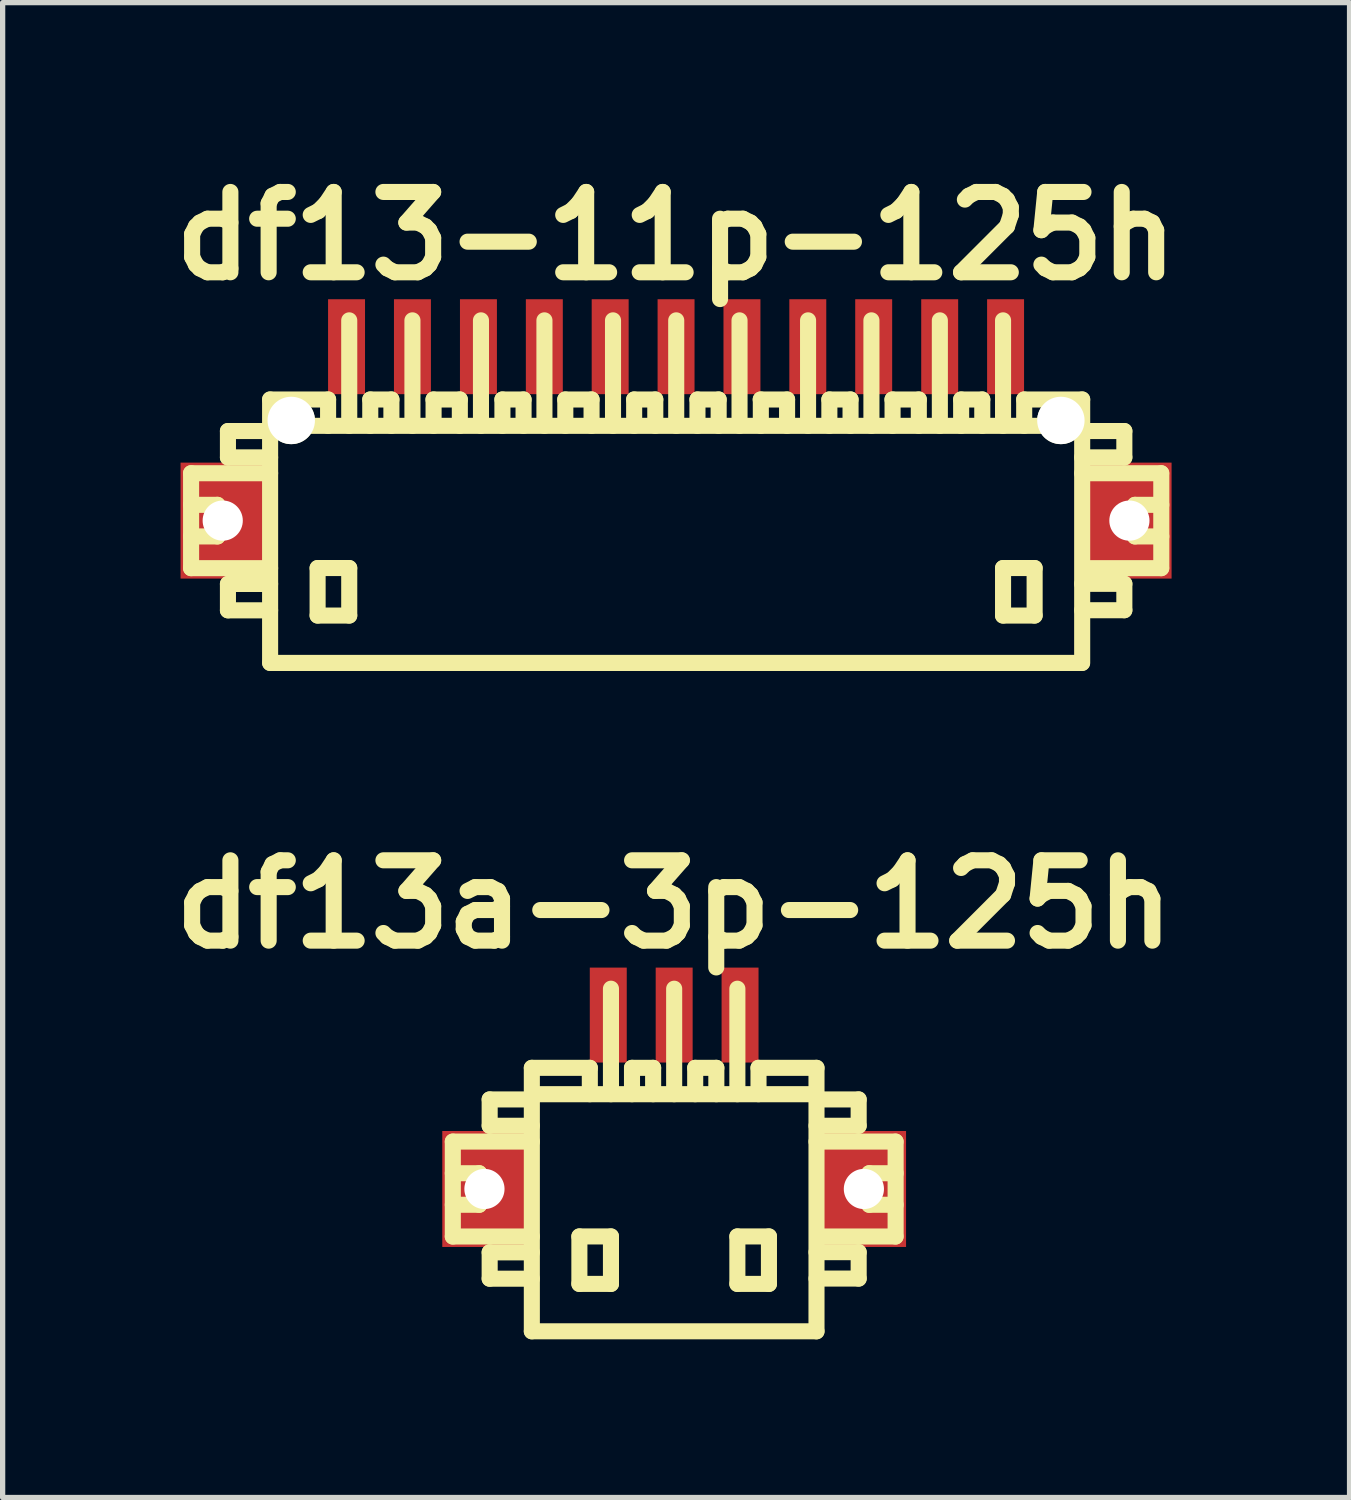
<source format=kicad_pcb>
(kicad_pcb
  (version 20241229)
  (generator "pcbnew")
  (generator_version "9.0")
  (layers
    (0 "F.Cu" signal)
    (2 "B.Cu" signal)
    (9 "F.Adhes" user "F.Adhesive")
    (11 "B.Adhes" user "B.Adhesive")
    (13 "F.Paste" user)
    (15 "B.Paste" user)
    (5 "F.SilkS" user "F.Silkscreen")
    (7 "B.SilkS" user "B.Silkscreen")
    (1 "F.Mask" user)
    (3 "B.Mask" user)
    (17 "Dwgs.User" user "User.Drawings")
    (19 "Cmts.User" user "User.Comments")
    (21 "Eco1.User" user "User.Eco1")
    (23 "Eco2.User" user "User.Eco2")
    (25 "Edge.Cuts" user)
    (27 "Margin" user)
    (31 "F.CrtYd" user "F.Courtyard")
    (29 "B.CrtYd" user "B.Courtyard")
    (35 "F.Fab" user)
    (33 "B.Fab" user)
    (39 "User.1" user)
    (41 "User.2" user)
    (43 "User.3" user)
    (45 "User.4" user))
  (footprint "df13a-3p-125h"
    (layer "F.Cu")
    (at 9.739 19.706)
    (property "Reference" "df13a-3p-125h" (at 0 -5.601 0) (layer "F.SilkS") (effects (font (size 1.524 1.524) (thickness 0.305))))
    (attr through_hole)
    (fp_line (start -4.199 -1.1) (end -4.199 0.701) (stroke (width 0.305) (type solid)) (layer "F.SilkS"))
    (fp_line (start -4.199 0.701) (end -2.7 0.701) (stroke (width 0.305) (type solid)) (layer "F.SilkS"))
    (fp_line (start -3.698 -0.5) (end -4.199 -0.5) (stroke (width 0.305) (type solid)) (layer "F.SilkS"))
    (fp_line (start -3.698 0.099) (end -4.199 0.099) (stroke (width 0.305) (type solid)) (layer "F.SilkS"))
    (fp_line (start -3.698 0.099) (end -3.698 -0.5) (stroke (width 0.305) (type solid)) (layer "F.SilkS"))
    (fp_line (start -3.5 -1.9) (end -3.5 -1.4) (stroke (width 0.305) (type solid)) (layer "F.SilkS"))
    (fp_line (start -3.5 -1.9) (end -2.7 -1.9) (stroke (width 0.305) (type solid)) (layer "F.SilkS"))
    (fp_line (start -3.5 1.001) (end -3.5 1.501) (stroke (width 0.305) (type solid)) (layer "F.SilkS"))
    (fp_line (start -3.5 1.501) (end -2.7 1.501) (stroke (width 0.305) (type solid)) (layer "F.SilkS"))
    (fp_line (start -2.7 -1.999) (end 2.7 -1.999) (stroke (width 0.305) (type solid)) (layer "F.SilkS"))
    (fp_line (start -2.7 -1.4) (end -3.5 -1.4) (stroke (width 0.305) (type solid)) (layer "F.SilkS"))
    (fp_line (start -2.7 -1.1) (end -4.199 -1.1) (stroke (width 0.305) (type solid)) (layer "F.SilkS"))
    (fp_line (start -2.7 1.001) (end -3.5 1.001) (stroke (width 0.305) (type solid)) (layer "F.SilkS"))
    (fp_line (start -2.7 2.499) (end -2.7 -2.499) (stroke (width 0.305) (type solid)) (layer "F.SilkS"))
    (fp_line (start -2.7 2.499) (end 2.7 2.499) (stroke (width 0.305) (type solid)) (layer "F.SilkS"))
    (fp_line (start -1.798 0.699) (end -1.798 1.6) (stroke (width 0.305) (type solid)) (layer "F.SilkS"))
    (fp_line (start -1.798 1.6) (end -1.199 1.6) (stroke (width 0.305) (type solid)) (layer "F.SilkS"))
    (fp_line (start -1.6 -2.499) (end -2.7 -2.499) (stroke (width 0.305) (type solid)) (layer "F.SilkS"))
    (fp_line (start -1.6 -2.499) (end -1.6 -1.999) (stroke (width 0.305) (type solid)) (layer "F.SilkS"))
    (fp_line (start -1.199 -4) (end -1.199 -1.999) (stroke (width 0.305) (type solid)) (layer "F.SilkS"))
    (fp_line (start -1.199 0.699) (end -1.798 0.699) (stroke (width 0.305) (type solid)) (layer "F.SilkS"))
    (fp_line (start -1.199 1.6) (end -1.199 0.699) (stroke (width 0.305) (type solid)) (layer "F.SilkS"))
    (fp_line (start -0.8 -2.499) (end -0.399 -2.499) (stroke (width 0.305) (type solid)) (layer "F.SilkS"))
    (fp_line (start -0.8 -1.999) (end -0.8 -2.499) (stroke (width 0.305) (type solid)) (layer "F.SilkS"))
    (fp_line (start -0.399 -2.499) (end -0.399 -1.999) (stroke (width 0.305) (type solid)) (layer "F.SilkS"))
    (fp_line (start 0 -1.999) (end 0 -4) (stroke (width 0.305) (type solid)) (layer "F.SilkS"))
    (fp_line (start 0.399 -2.499) (end 0.399 -1.999) (stroke (width 0.305) (type solid)) (layer "F.SilkS"))
    (fp_line (start 0.8 -2.499) (end 0.399 -2.499) (stroke (width 0.305) (type solid)) (layer "F.SilkS"))
    (fp_line (start 0.8 -2.499) (end 0.8 -1.999) (stroke (width 0.305) (type solid)) (layer "F.SilkS"))
    (fp_line (start 1.199 -1.999) (end 1.199 -4) (stroke (width 0.305) (type solid)) (layer "F.SilkS"))
    (fp_line (start 1.199 0.699) (end 1.798 0.699) (stroke (width 0.305) (type solid)) (layer "F.SilkS"))
    (fp_line (start 1.199 1.6) (end 1.199 0.699) (stroke (width 0.305) (type solid)) (layer "F.SilkS"))
    (fp_line (start 1.6 -2.499) (end 1.6 -1.999) (stroke (width 0.305) (type solid)) (layer "F.SilkS"))
    (fp_line (start 1.798 0.699) (end 1.798 1.6) (stroke (width 0.305) (type solid)) (layer "F.SilkS"))
    (fp_line (start 1.798 1.6) (end 1.199 1.6) (stroke (width 0.305) (type solid)) (layer "F.SilkS"))
    (fp_line (start 2.7 -2.499) (end 1.6 -2.499) (stroke (width 0.305) (type solid)) (layer "F.SilkS"))
    (fp_line (start 2.7 -2.499) (end 2.7 2.499) (stroke (width 0.305) (type solid)) (layer "F.SilkS"))
    (fp_line (start 2.7 -1.9) (end 3.5 -1.9) (stroke (width 0.305) (type solid)) (layer "F.SilkS"))
    (fp_line (start 2.7 0.998) (end 3.5 0.998) (stroke (width 0.305) (type solid)) (layer "F.SilkS"))
    (fp_line (start 3.5 -1.9) (end 3.5 -1.4) (stroke (width 0.305) (type solid)) (layer "F.SilkS"))
    (fp_line (start 3.5 -1.4) (end 2.7 -1.4) (stroke (width 0.305) (type solid)) (layer "F.SilkS"))
    (fp_line (start 3.5 0.998) (end 3.5 1.499) (stroke (width 0.305) (type solid)) (layer "F.SilkS"))
    (fp_line (start 3.5 1.499) (end 2.7 1.499) (stroke (width 0.305) (type solid)) (layer "F.SilkS"))
    (fp_line (start 3.701 0.099) (end 3.701 -0.5) (stroke (width 0.305) (type solid)) (layer "F.SilkS"))
    (fp_line (start 4.199 -1.1) (end 2.7 -1.1) (stroke (width 0.305) (type solid)) (layer "F.SilkS"))
    (fp_line (start 4.199 0.701) (end 2.799 0.701) (stroke (width 0.305) (type solid)) (layer "F.SilkS"))
    (fp_line (start 4.201 -1.1) (end 4.201 0.701) (stroke (width 0.305) (type solid)) (layer "F.SilkS"))
    (fp_line (start 4.201 -0.5) (end 3.701 -0.5) (stroke (width 0.305) (type solid)) (layer "F.SilkS"))
    (fp_line (start 4.201 0.099) (end 3.701 0.099) (stroke (width 0.305) (type solid)) (layer "F.SilkS"))
    (pad "" np_thru_hole rect (at -3.599 -0.201) (size 1.6 2.2) (drill 0.762) (layers "F.Cu" "F.Mask" "F.Paste"))
    (pad "" np_thru_hole rect (at 3.599 -0.201) (size 1.6 2.2) (drill 0.762) (layers "F.Cu" "F.Mask" "F.Paste"))
    (pad "1" smd rect (at 1.25 -3.5) (size 0.701 1.801) (layers "F.Cu" "F.Mask" "F.Paste"))
    (pad "2" smd rect (at 0 -3.5) (size 0.701 1.801) (layers "F.Cu" "F.Mask" "F.Paste"))
    (pad "3" smd rect (at -1.25 -3.5) (size 0.701 1.801) (layers "F.Cu" "F.Mask" "F.Paste")))
  (footprint "df13-11p-125h"
    (layer "F.Cu")
    (at 9.775 7.027)
    (property "Reference" "df13-11p-125h" (at 0 -5.601 0) (layer "F.SilkS") (effects (font (size 1.524 1.524) (thickness 0.305))))
    (attr through_hole)
    (fp_line (start -9.2 -1.1) (end -9.2 0.701) (stroke (width 0.305) (type solid)) (layer "F.SilkS"))
    (fp_line (start -9.2 0.701) (end -7.701 0.701) (stroke (width 0.305) (type solid)) (layer "F.SilkS"))
    (fp_line (start -8.7 -0.5) (end -9.2 -0.5) (stroke (width 0.305) (type solid)) (layer "F.SilkS"))
    (fp_line (start -8.7 0.099) (end -9.2 0.099) (stroke (width 0.305) (type solid)) (layer "F.SilkS"))
    (fp_line (start -8.7 0.099) (end -8.7 -0.5) (stroke (width 0.305) (type solid)) (layer "F.SilkS"))
    (fp_line (start -8.501 -1.9) (end -8.501 -1.4) (stroke (width 0.305) (type solid)) (layer "F.SilkS"))
    (fp_line (start -8.501 -1.9) (end -7.701 -1.9) (stroke (width 0.305) (type solid)) (layer "F.SilkS"))
    (fp_line (start -8.501 1.001) (end -8.501 1.501) (stroke (width 0.305) (type solid)) (layer "F.SilkS"))
    (fp_line (start -8.501 1.501) (end -7.701 1.501) (stroke (width 0.305) (type solid)) (layer "F.SilkS"))
    (fp_line (start -7.701 -1.4) (end -8.501 -1.4) (stroke (width 0.305) (type solid)) (layer "F.SilkS"))
    (fp_line (start -7.701 -1.1) (end -9.2 -1.1) (stroke (width 0.305) (type solid)) (layer "F.SilkS"))
    (fp_line (start -7.701 1.001) (end -8.501 1.001) (stroke (width 0.305) (type solid)) (layer "F.SilkS"))
    (fp_line (start -7.701 2.499) (end -7.701 -2.499) (stroke (width 0.305) (type solid)) (layer "F.SilkS"))
    (fp_line (start -7.699 2.499) (end 7.699 2.499) (stroke (width 0.305) (type solid)) (layer "F.SilkS"))
    (fp_line (start -6.8 0.699) (end -6.8 1.6) (stroke (width 0.305) (type solid)) (layer "F.SilkS"))
    (fp_line (start -6.8 1.6) (end -6.2 1.6) (stroke (width 0.305) (type solid)) (layer "F.SilkS"))
    (fp_line (start -6.601 -2.499) (end -7.701 -2.499) (stroke (width 0.305) (type solid)) (layer "F.SilkS"))
    (fp_line (start -6.601 -2.499) (end -6.601 -1.999) (stroke (width 0.305) (type solid)) (layer "F.SilkS"))
    (fp_line (start -6.2 -4) (end -6.2 -1.999) (stroke (width 0.305) (type solid)) (layer "F.SilkS"))
    (fp_line (start -6.2 0.699) (end -6.8 0.699) (stroke (width 0.305) (type solid)) (layer "F.SilkS"))
    (fp_line (start -6.2 1.6) (end -6.2 0.699) (stroke (width 0.305) (type solid)) (layer "F.SilkS"))
    (fp_line (start -5.801 -2.499) (end -5.801 -1.999) (stroke (width 0.305) (type solid)) (layer "F.SilkS"))
    (fp_line (start -5.4 -2.499) (end -5.801 -2.499) (stroke (width 0.305) (type solid)) (layer "F.SilkS"))
    (fp_line (start -5.4 -2.499) (end -5.4 -1.999) (stroke (width 0.305) (type solid)) (layer "F.SilkS"))
    (fp_line (start -5.001 -1.999) (end -5.001 -4) (stroke (width 0.305) (type solid)) (layer "F.SilkS"))
    (fp_line (start -4.602 -2.499) (end -4.102 -2.499) (stroke (width 0.305) (type solid)) (layer "F.SilkS"))
    (fp_line (start -4.6 -1.999) (end -4.6 -2.499) (stroke (width 0.305) (type solid)) (layer "F.SilkS"))
    (fp_line (start -4.102 -2.499) (end -4.102 -1.999) (stroke (width 0.305) (type solid)) (layer "F.SilkS"))
    (fp_line (start -3.701 -1.999) (end -3.701 -4) (stroke (width 0.305) (type solid)) (layer "F.SilkS"))
    (fp_line (start -3.294 -2.499) (end -3.294 -1.999) (stroke (width 0.305) (type solid)) (layer "F.SilkS"))
    (fp_line (start -2.893 -2.499) (end -3.294 -2.499) (stroke (width 0.305) (type solid)) (layer "F.SilkS"))
    (fp_line (start -2.893 -2.499) (end -2.893 -1.999) (stroke (width 0.305) (type solid)) (layer "F.SilkS"))
    (fp_line (start -2.497 -1.999) (end -2.497 -4) (stroke (width 0.305) (type solid)) (layer "F.SilkS"))
    (fp_line (start -2.103 -2.499) (end -1.603 -2.499) (stroke (width 0.305) (type solid)) (layer "F.SilkS"))
    (fp_line (start -2.101 -1.999) (end -2.101 -2.499) (stroke (width 0.305) (type solid)) (layer "F.SilkS"))
    (fp_line (start -1.603 -2.499) (end -1.603 -1.999) (stroke (width 0.305) (type solid)) (layer "F.SilkS"))
    (fp_line (start -1.196 -1.999) (end -1.196 -4) (stroke (width 0.305) (type solid)) (layer "F.SilkS"))
    (fp_line (start -0.795 -2.499) (end -0.795 -1.999) (stroke (width 0.305) (type solid)) (layer "F.SilkS"))
    (fp_line (start -0.394 -2.499) (end -0.795 -2.499) (stroke (width 0.305) (type solid)) (layer "F.SilkS"))
    (fp_line (start -0.394 -2.499) (end -0.394 -1.999) (stroke (width 0.305) (type solid)) (layer "F.SilkS"))
    (fp_line (start 0.003 -1.999) (end 0.003 -4) (stroke (width 0.305) (type solid)) (layer "F.SilkS"))
    (fp_line (start 0.406 -2.499) (end 0.406 -1.999) (stroke (width 0.305) (type solid)) (layer "F.SilkS"))
    (fp_line (start 0.808 -2.499) (end 0.406 -2.499) (stroke (width 0.305) (type solid)) (layer "F.SilkS"))
    (fp_line (start 0.808 -2.499) (end 0.808 -1.999) (stroke (width 0.305) (type solid)) (layer "F.SilkS"))
    (fp_line (start 1.204 -1.999) (end 1.204 -4) (stroke (width 0.305) (type solid)) (layer "F.SilkS"))
    (fp_line (start 1.605 -2.499) (end 2.106 -2.499) (stroke (width 0.305) (type solid)) (layer "F.SilkS"))
    (fp_line (start 1.608 -1.999) (end 1.608 -2.499) (stroke (width 0.305) (type solid)) (layer "F.SilkS"))
    (fp_line (start 2.106 -2.499) (end 2.106 -1.999) (stroke (width 0.305) (type solid)) (layer "F.SilkS"))
    (fp_line (start 2.504 -1.999) (end 2.504 -4) (stroke (width 0.305) (type solid)) (layer "F.SilkS"))
    (fp_line (start 2.908 -2.499) (end 2.908 -1.999) (stroke (width 0.305) (type solid)) (layer "F.SilkS"))
    (fp_line (start 3.31 -2.499) (end 2.908 -2.499) (stroke (width 0.305) (type solid)) (layer "F.SilkS"))
    (fp_line (start 3.31 -2.499) (end 3.31 -1.999) (stroke (width 0.305) (type solid)) (layer "F.SilkS"))
    (fp_line (start 3.706 -1.999) (end 3.706 -4) (stroke (width 0.305) (type solid)) (layer "F.SilkS"))
    (fp_line (start 4.105 -2.499) (end 4.605 -2.499) (stroke (width 0.305) (type solid)) (layer "F.SilkS"))
    (fp_line (start 4.107 -1.999) (end 4.107 -2.499) (stroke (width 0.305) (type solid)) (layer "F.SilkS"))
    (fp_line (start 4.605 -2.499) (end 4.605 -1.999) (stroke (width 0.305) (type solid)) (layer "F.SilkS"))
    (fp_line (start 5.004 -1.999) (end 5.004 -4) (stroke (width 0.305) (type solid)) (layer "F.SilkS"))
    (fp_line (start 5.408 -2.499) (end 5.408 -1.999) (stroke (width 0.305) (type solid)) (layer "F.SilkS"))
    (fp_line (start 5.809 -2.499) (end 5.408 -2.499) (stroke (width 0.305) (type solid)) (layer "F.SilkS"))
    (fp_line (start 5.809 -2.499) (end 5.809 -1.999) (stroke (width 0.305) (type solid)) (layer "F.SilkS"))
    (fp_line (start 6.203 -1.999) (end 6.203 -4) (stroke (width 0.305) (type solid)) (layer "F.SilkS"))
    (fp_line (start 6.203 0.699) (end 6.802 0.699) (stroke (width 0.305) (type solid)) (layer "F.SilkS"))
    (fp_line (start 6.203 1.6) (end 6.203 0.699) (stroke (width 0.305) (type solid)) (layer "F.SilkS"))
    (fp_line (start 6.604 -2.499) (end 6.604 -1.999) (stroke (width 0.305) (type solid)) (layer "F.SilkS"))
    (fp_line (start 6.802 0.699) (end 6.802 1.6) (stroke (width 0.305) (type solid)) (layer "F.SilkS"))
    (fp_line (start 6.802 1.6) (end 6.203 1.6) (stroke (width 0.305) (type solid)) (layer "F.SilkS"))
    (fp_line (start 7.699 -1.999) (end -7.699 -1.999) (stroke (width 0.305) (type solid)) (layer "F.SilkS"))
    (fp_line (start 7.704 -2.499) (end 6.604 -2.499) (stroke (width 0.305) (type solid)) (layer "F.SilkS"))
    (fp_line (start 7.704 -2.499) (end 7.704 2.499) (stroke (width 0.305) (type solid)) (layer "F.SilkS"))
    (fp_line (start 7.704 -1.9) (end 8.504 -1.9) (stroke (width 0.305) (type solid)) (layer "F.SilkS"))
    (fp_line (start 7.704 0.998) (end 8.504 0.998) (stroke (width 0.305) (type solid)) (layer "F.SilkS"))
    (fp_line (start 8.504 -1.9) (end 8.504 -1.4) (stroke (width 0.305) (type solid)) (layer "F.SilkS"))
    (fp_line (start 8.504 -1.4) (end 7.704 -1.4) (stroke (width 0.305) (type solid)) (layer "F.SilkS"))
    (fp_line (start 8.504 0.998) (end 8.504 1.499) (stroke (width 0.305) (type solid)) (layer "F.SilkS"))
    (fp_line (start 8.504 1.499) (end 7.704 1.499) (stroke (width 0.305) (type solid)) (layer "F.SilkS"))
    (fp_line (start 8.705 0.099) (end 8.705 -0.5) (stroke (width 0.305) (type solid)) (layer "F.SilkS"))
    (fp_line (start 9.202 -1.1) (end 7.704 -1.1) (stroke (width 0.305) (type solid)) (layer "F.SilkS"))
    (fp_line (start 9.202 0.701) (end 7.803 0.701) (stroke (width 0.305) (type solid)) (layer "F.SilkS"))
    (fp_line (start 9.205 -1.1) (end 9.205 0.701) (stroke (width 0.305) (type solid)) (layer "F.SilkS"))
    (fp_line (start 9.205 -0.5) (end 8.705 -0.5) (stroke (width 0.305) (type solid)) (layer "F.SilkS"))
    (fp_line (start 9.205 0.099) (end 8.705 0.099) (stroke (width 0.305) (type solid)) (layer "F.SilkS"))
    (pad "" np_thru_hole rect (at -8.6 -0.201) (size 1.6 2.2) (drill 0.762) (layers "F.Cu" "F.Mask" "F.Paste"))
    (pad "" np_thru_hole circle (at -7.3 -2.101) (size 0.899 0.899) (drill 0.899) (layers "*.Cu" "*.Mask" "F.SilkS"))
    (pad "" np_thru_hole circle (at 7.3 -2.101) (size 0.899 0.899) (drill 0.899) (layers "*.Cu" "*.Mask" "F.SilkS"))
    (pad "" np_thru_hole rect (at 8.6 -0.201) (size 1.6 2.2) (drill 0.762) (layers "F.Cu" "F.Mask" "F.Paste"))
    (pad "1" smd rect (at 6.251 -3.5) (size 0.701 1.801) (layers "F.Cu" "F.Mask" "F.Paste"))
    (pad "2" smd rect (at 5.001 -3.5) (size 0.701 1.801) (layers "F.Cu" "F.Mask" "F.Paste"))
    (pad "3" smd rect (at 3.749 -3.5) (size 0.701 1.801) (layers "F.Cu" "F.Mask" "F.Paste"))
    (pad "4" smd rect (at 2.499 -3.5) (size 0.701 1.801) (layers "F.Cu" "F.Mask" "F.Paste"))
    (pad "5" smd rect (at 1.25 -3.5) (size 0.701 1.801) (layers "F.Cu" "F.Mask" "F.Paste"))
    (pad "6" smd rect (at 0 -3.5) (size 0.701 1.801) (layers "F.Cu" "F.Mask" "F.Paste"))
    (pad "7" smd rect (at -1.25 -3.5) (size 0.701 1.801) (layers "F.Cu" "F.Mask" "F.Paste"))
    (pad "8" smd rect (at -2.499 -3.5) (size 0.701 1.801) (layers "F.Cu" "F.Mask" "F.Paste"))
    (pad "9" smd rect (at -3.749 -3.5) (size 0.701 1.801) (layers "F.Cu" "F.Mask" "F.Paste"))
    (pad "10" smd rect (at -5.001 -3.5) (size 0.701 1.801) (layers "F.Cu" "F.Mask" "F.Paste"))
    (pad "11" smd rect (at -6.251 -3.5) (size 0.701 1.801) (layers "F.Cu" "F.Mask" "F.Paste")))
  (gr_rect
    (start -3 -3)
    (end 22.551 25.358)
    (stroke (width 0.1) (type default))
    (fill no)
    (layer "Edge.Cuts")))
</source>
